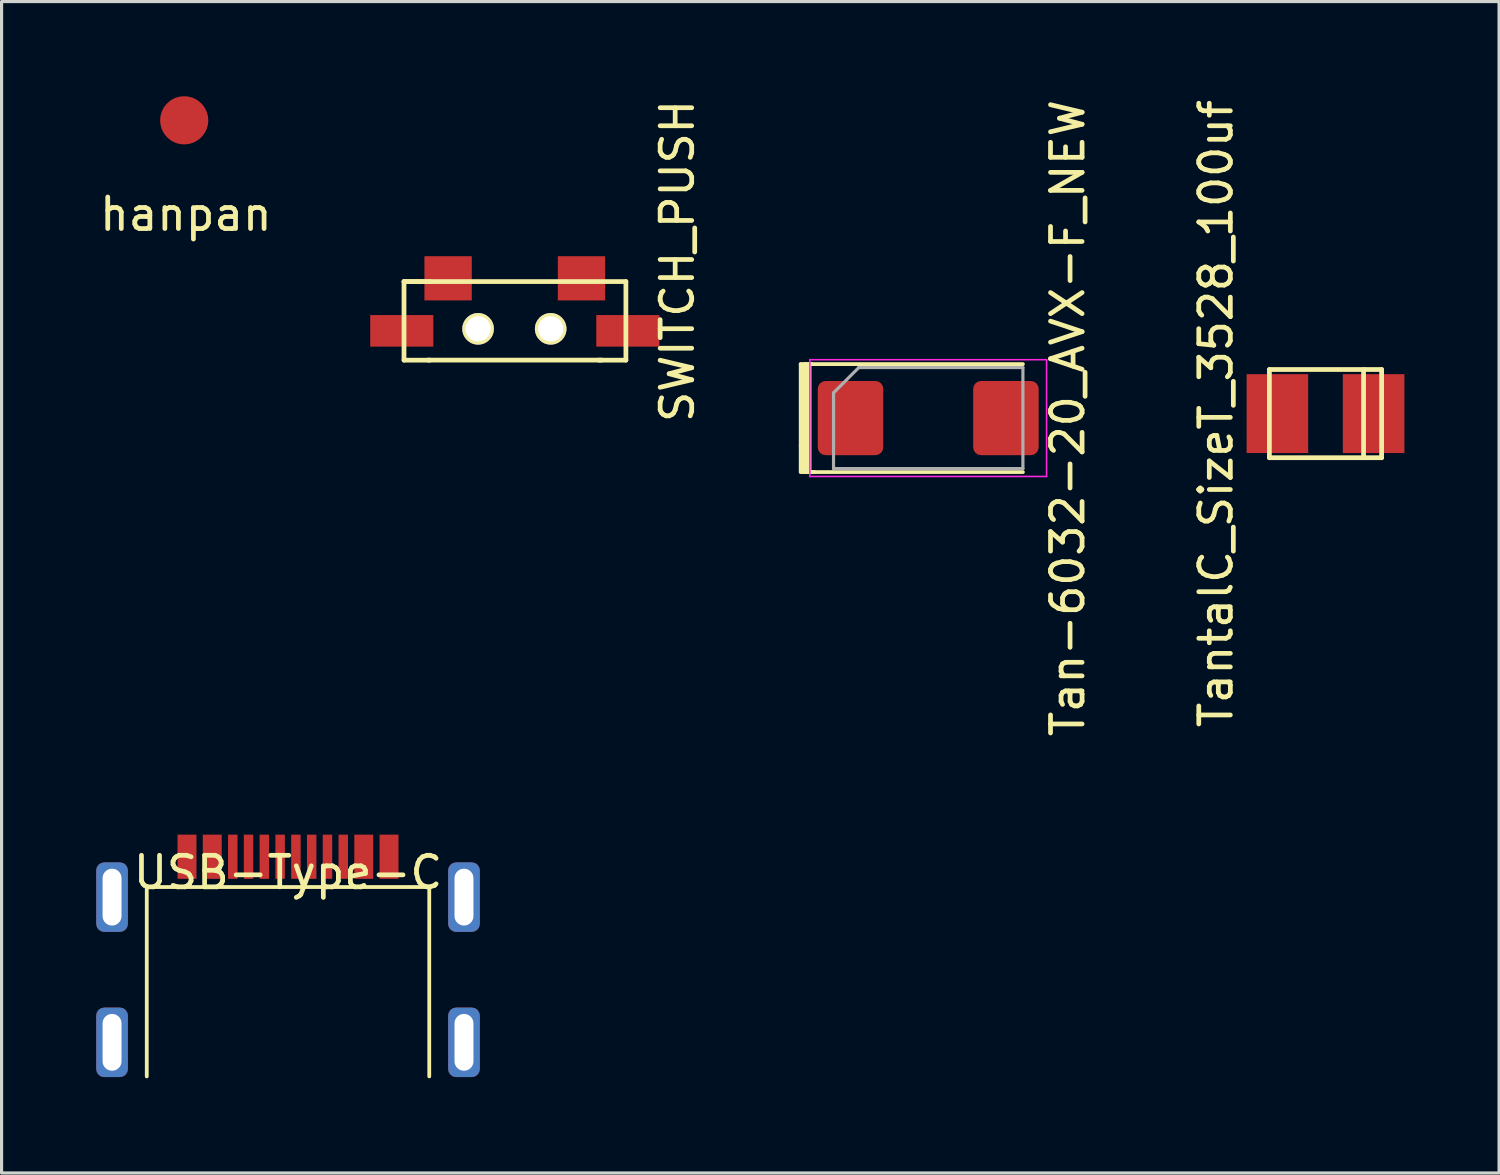
<source format=kicad_pcb>
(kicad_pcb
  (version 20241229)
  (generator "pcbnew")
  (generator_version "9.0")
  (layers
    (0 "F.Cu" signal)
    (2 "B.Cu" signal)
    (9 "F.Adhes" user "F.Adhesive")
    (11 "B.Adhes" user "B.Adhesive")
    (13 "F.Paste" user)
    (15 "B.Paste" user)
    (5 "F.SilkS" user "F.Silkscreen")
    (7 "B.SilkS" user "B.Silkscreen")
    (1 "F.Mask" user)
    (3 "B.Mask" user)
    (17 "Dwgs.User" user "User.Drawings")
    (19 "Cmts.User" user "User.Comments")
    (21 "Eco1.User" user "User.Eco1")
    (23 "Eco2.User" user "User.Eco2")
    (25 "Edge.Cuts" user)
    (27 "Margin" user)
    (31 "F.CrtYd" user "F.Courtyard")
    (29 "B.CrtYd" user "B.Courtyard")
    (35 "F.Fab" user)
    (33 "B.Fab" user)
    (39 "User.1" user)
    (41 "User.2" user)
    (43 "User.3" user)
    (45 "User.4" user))
  (footprint "Tan-6032-20_AVX-F_NEW"
    (layer "F.Cu")
    (at 26.358 10.196)
    (property "Reference" "Tan-6032-20_AVX-F_NEW" (at 4.42 0 90) (layer "F.SilkS") (effects (font (size 1 1) (thickness 0.15))))
    (attr smd)
    (fp_line (start -4.04 -1.71) (end -4.04 0.87) (stroke (width 0.12) (type solid)) (layer "F.SilkS"))
    (fp_line (start -4.04 0.87) (end -4.04 1.7) (stroke (width 0.12) (type solid)) (layer "F.SilkS"))
    (fp_line (start -3.98 -1.66) (end -4 1.67) (stroke (width 0.12) (type solid)) (layer "F.SilkS"))
    (fp_line (start -3.92 -1.71) (end -3.92 1.61) (stroke (width 0.12) (type solid)) (layer "F.SilkS"))
    (fp_line (start -3.92 1.61) (end -3.92 1.71) (stroke (width 0.12) (type solid)) (layer "F.SilkS"))
    (fp_line (start -3.92 1.71) (end -3.71 1.71) (stroke (width 0.12) (type solid)) (layer "F.SilkS"))
    (fp_line (start -3.84 -1.69) (end -3.83 1.64) (stroke (width 0.12) (type solid)) (layer "F.SilkS"))
    (fp_line (start -3.76 -1.71) (end -3.76 1.71) (stroke (width 0.12) (type solid)) (layer "F.SilkS"))
    (fp_line (start -3.76 1.71) (end 3 1.71) (stroke (width 0.12) (type solid)) (layer "F.SilkS"))
    (fp_line (start -3.72 -1.71) (end -3.92 -1.71) (stroke (width 0.12) (type solid)) (layer "F.SilkS"))
    (fp_line (start -3.69 -1.71) (end -4.04 -1.71) (stroke (width 0.12) (type solid)) (layer "F.SilkS"))
    (fp_line (start -3.61 1.71) (end -4.04 1.71) (stroke (width 0.12) (type solid)) (layer "F.SilkS"))
    (fp_line (start 3 -1.71) (end -3.76 -1.71) (stroke (width 0.12) (type solid)) (layer "F.SilkS"))
    (fp_line (start -3.75 -1.85) (end 3.75 -1.85) (stroke (width 0.05) (type solid)) (layer "F.CrtYd"))
    (fp_line (start -3.75 1.85) (end -3.75 -1.85) (stroke (width 0.05) (type solid)) (layer "F.CrtYd"))
    (fp_line (start 3.75 -1.85) (end 3.75 1.85) (stroke (width 0.05) (type solid)) (layer "F.CrtYd"))
    (fp_line (start 3.75 1.85) (end -3.75 1.85) (stroke (width 0.05) (type solid)) (layer "F.CrtYd"))
    (fp_line (start -3 -0.8) (end -3 1.6) (stroke (width 0.1) (type solid)) (layer "F.Fab"))
    (fp_line (start -3 1.6) (end 3 1.6) (stroke (width 0.1) (type solid)) (layer "F.Fab"))
    (fp_line (start -2.2 -1.6) (end -3 -0.8) (stroke (width 0.1) (type solid)) (layer "F.Fab"))
    (fp_line (start 3 -1.6) (end -2.2 -1.6) (stroke (width 0.1) (type solid)) (layer "F.Fab"))
    (fp_line (start 3 1.6) (end 3 -1.6) (stroke (width 0.1) (type solid)) (layer "F.Fab"))
    (pad "1" smd roundrect (at -2.462 0) (size 2.075 2.35) (layers "F.Cu" "F.Mask" "F.Paste") (roundrect_rratio 0.12))
    (pad "2" smd roundrect (at 2.462 0) (size 2.075 2.35) (layers "F.Cu" "F.Mask" "F.Paste") (roundrect_rratio 0.12)))
  (footprint "hanpan"
    (layer "F.Cu")
    (at 2.898 2.733)
    (property "Reference" "hanpan" (at -0.058 1.003 0) (layer "F.SilkS") (effects (font (size 1 1) (thickness 0.15))))
    (attr through_hole)
    (pad "1" smd circle (at -0.112 -1.971) (size 1.524 1.524) (layers "F.Cu" "F.Mask" "F.Paste")))
  (footprint "USB-Type-C"
    (layer "F.Cu")
    (at 6.075 29.173)
    (property "Reference" "USB-Type-C" (at 0 -4.58 0) (layer "F.SilkS") (effects (font (size 1 1) (thickness 0.15))))
    (attr through_hole)
    (fp_line (start -4.475 -4.12) (end -4.475 1.88) (stroke (width 0.12) (type solid)) (layer "F.SilkS"))
    (fp_line (start -4.475 -4.12) (end 4.475 -4.12) (stroke (width 0.12) (type solid)) (layer "F.SilkS"))
    (fp_line (start 4.475 -4.12) (end 4.475 1.88) (stroke (width 0.12) (type solid)) (layer "F.SilkS"))
    (pad "A1" smd rect (at -3.2 -5.08) (size 0.6 1.4) (layers "F.Cu" "F.Mask" "F.Paste"))
    (pad "A4" smd rect (at -2.4 -5.08) (size 0.6 1.4) (layers "F.Cu" "F.Mask" "F.Paste"))
    (pad "A4" smd rect (at 2.4 -5.08) (size 0.6 1.4) (layers "F.Cu" "F.Mask" "F.Paste"))
    (pad "A5" smd rect (at -1.75 -5.08) (size 0.3 1.4) (layers "F.Cu" "F.Mask" "F.Paste"))
    (pad "A5" smd rect (at -1.25 -5.08) (size 0.3 1.4) (layers "F.Cu" "F.Mask" "F.Paste"))
    (pad "A6" smd rect (at -0.25 -5.08) (size 0.3 1.4) (layers "F.Cu" "F.Mask" "F.Paste"))
    (pad "A6" smd rect (at 0.75 -5.08) (size 0.3 1.4) (layers "F.Cu" "F.Mask" "F.Paste"))
    (pad "A7" smd rect (at -0.75 -5.08) (size 0.3 1.4) (layers "F.Cu" "F.Mask" "F.Paste"))
    (pad "A7" smd rect (at 0.25 -5.08) (size 0.3 1.4) (layers "F.Cu" "F.Mask" "F.Paste"))
    (pad "B5" smd rect (at 1.25 -5.08) (size 0.3 1.4) (layers "F.Cu" "F.Mask" "F.Paste"))
    (pad "B5" smd rect (at 1.75 -5.08) (size 0.3 1.4) (layers "F.Cu" "F.Mask" "F.Paste"))
    (pad "S1" thru_hole roundrect (at -5.575 -3.8) (size 1 2.2) (drill oval 0.6 1.8) (layers "*.Cu" "*.Mask") (roundrect_rratio 0.25))
    (pad "S1" thru_hole roundrect (at -5.575 0.8) (size 1 2.2) (drill oval 0.6 1.8) (layers "*.Cu" "*.Mask") (roundrect_rratio 0.25))
    (pad "S1" smd rect (at 3.2 -5.08) (size 0.6 1.4) (layers "F.Cu" "F.Mask" "F.Paste"))
    (pad "S1" thru_hole roundrect (at 5.575 -3.8) (size 1 2.2) (drill oval 0.6 1.8) (layers "*.Cu" "*.Mask") (roundrect_rratio 0.25))
    (pad "S1" thru_hole roundrect (at 5.575 0.8) (size 1 2.2) (drill oval 0.6 1.8) (layers "*.Cu" "*.Mask") (roundrect_rratio 0.25)))
  (footprint "SWITCH_PUSH"
    (layer "F.Cu")
    (at 13.26 6.6)
    (property "Reference" "SWITCH_PUSH" (at 5.15 -1.38 90) (layer "F.SilkS") (effects (font (size 1 1) (thickness 0.15))))
    (attr through_hole)
    (fp_line (start -3.51 -0.73) (end -3.51 1.76) (stroke (width 0.15) (type solid)) (layer "F.SilkS"))
    (fp_line (start -3.51 -0.73) (end 3.52 -0.73) (stroke (width 0.15) (type solid)) (layer "F.SilkS"))
    (fp_line (start -2.75 1.758) (end 2.75 1.758) (stroke (width 0.15) (type solid)) (layer "F.SilkS"))
    (fp_line (start -2.69 1.76) (end -3.51 1.76) (stroke (width 0.15) (type solid)) (layer "F.SilkS"))
    (fp_line (start -2.68 -0.73) (end -3.51 -0.73) (stroke (width 0.15) (type solid)) (layer "F.SilkS"))
    (fp_line (start 3.52 -0.73) (end 3.52 1.76) (stroke (width 0.15) (type solid)) (layer "F.SilkS"))
    (fp_line (start 3.52 1.76) (end 2.66 1.76) (stroke (width 0.15) (type solid)) (layer "F.SilkS"))
    (pad "0" thru_hole circle (at -1.163 0.768) (size 1 1) (drill 0.8) (layers "*.Cu" "*.Mask" "F.SilkS" "F.Paste"))
    (pad "0" thru_hole circle (at 1.137 0.768) (size 1 1) (drill 0.8) (layers "*.Cu" "*.Mask" "F.SilkS"))
    (pad "1" smd rect (at -3.581 0.832) (size 2 1) (layers "F.Cu" "F.Mask" "F.Paste"))
    (pad "1" smd rect (at -2.113 -0.832) (size 1.5 1.4) (layers "F.Cu" "F.Mask" "F.Paste"))
    (pad "1" smd rect (at 3.581 0.832) (size 2 1) (layers "F.Cu" "F.Mask" "F.Paste"))
    (pad "2" smd rect (at 2.113 -0.832) (size 1.5 1.4) (layers "F.Cu" "F.Mask" "F.Paste")))
  (footprint "TantalC_SizeT_3528_100uf"
    (layer "F.Cu")
    (at 38.945 10.054)
    (property "Reference" "TantalC_SizeT_3528_100uf" (at -3.47 0 90) (layer "F.SilkS") (effects (font (size 1 1) (thickness 0.15))))
    (attr through_hole)
    (fp_line (start -1.778 -1.397) (end -1.778 1.397) (stroke (width 0.15) (type solid)) (layer "F.SilkS"))
    (fp_line (start -1.778 1.397) (end 1.778 1.397) (stroke (width 0.15) (type solid)) (layer "F.SilkS"))
    (fp_line (start 1.206 -1.397) (end 1.206 1.397) (stroke (width 0.15) (type solid)) (layer "F.SilkS"))
    (fp_line (start 1.778 -1.397) (end -1.778 -1.397) (stroke (width 0.15) (type solid)) (layer "F.SilkS"))
    (fp_line (start 1.778 1.397) (end 1.778 -1.397) (stroke (width 0.15) (type solid)) (layer "F.SilkS"))
    (pad "1" smd rect (at 1.524 0) (size 1.951 2.499) (layers "F.Cu" "F.Mask" "F.Paste"))
    (pad "2" smd rect (at -1.524 0) (size 1.951 2.499) (layers "F.Cu" "F.Mask" "F.Paste")))
  (gr_rect
    (start -3 -3)
    (end 44.444 34.113)
    (stroke (width 0.1) (type default))
    (fill no)
    (layer "Edge.Cuts")))
</source>
